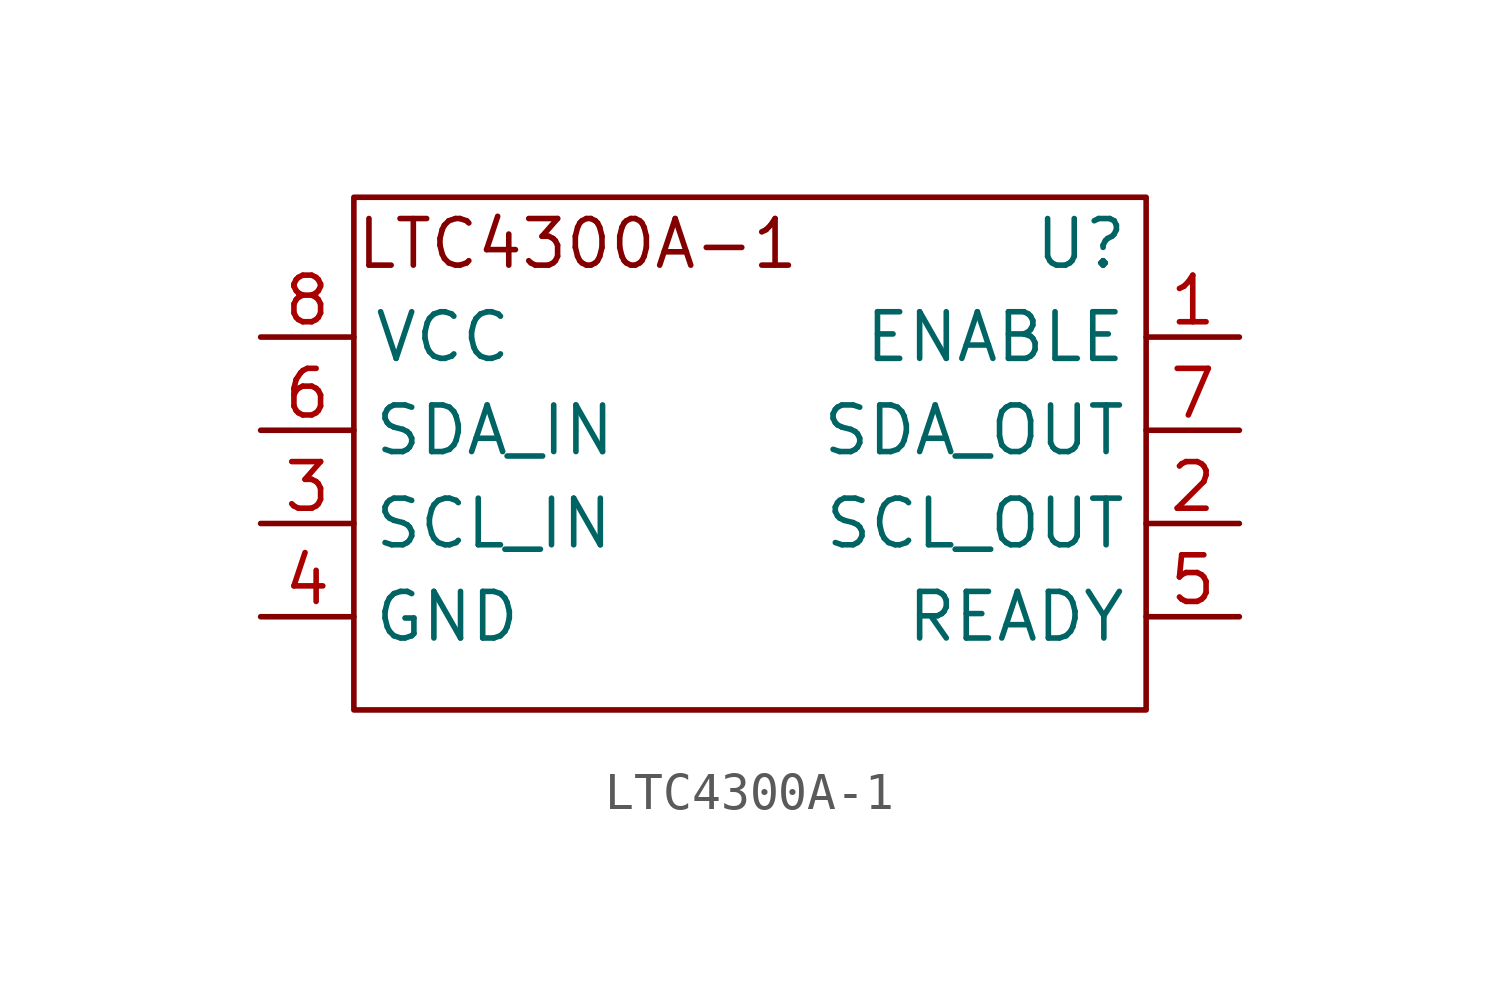
<source format=kicad_sym>
(kicad_symbol_lib
  (version 20241209)
  (generator "kicad_symbol_editor")
  (generator_version "9.0")
  (symbol "LTC4300A-1"
    (property "Reference" "U"
      (at 10.922 6.35 0)
      (effects (font (size 1.27 1.27))))
    (symbol "LTC4300A-1_0_1"
      (rectangle (start -8.89 7.62) (end 12.7 -6.35) (stroke (width 0) (type default)) (fill (type none))))
    (symbol "LTC4300A-1_1_1"
      (text "LTC4300A-1" (at -2.794 6.35 0) (effects (font (size 1.27 1.27))))
      (pin passive line (at -11.43 3.81 0) (length 2.54) (name "VCC" (effects (font (size 1.27 1.27)))) (number "8" (effects (font (size 1.27 1.27)))))
      (pin input line (at -11.43 1.27 0) (length 2.54) (name "SDA_IN" (effects (font (size 1.27 1.27)))) (number "6" (effects (font (size 1.27 1.27)))))
      (pin bidirectional line (at -11.43 -1.27 0) (length 2.54) (name "SCL_IN" (effects (font (size 1.27 1.27)))) (number "3" (effects (font (size 1.27 1.27)))))
      (pin passive line (at -11.43 -3.81 0) (length 2.54) (name "GND" (effects (font (size 1.27 1.27)))) (number "4" (effects (font (size 1.27 1.27)))))
      (pin input line (at 15.24 3.81 180) (length 2.54) (name "ENABLE" (effects (font (size 1.27 1.27)))) (number "1" (effects (font (size 1.27 1.27)))))
      (pin bidirectional line (at 15.24 1.27 180) (length 2.54) (name "SDA_OUT" (effects (font (size 1.27 1.27)))) (number "7" (effects (font (size 1.27 1.27)))))
      (pin bidirectional line (at 15.24 -1.27 180) (length 2.54) (name "SCL_OUT" (effects (font (size 1.27 1.27)))) (number "2" (effects (font (size 1.27 1.27)))))
      (pin output line (at 15.24 -3.81 180) (length 2.54) (name "READY" (effects (font (size 1.27 1.27)))) (number "5" (effects (font (size 1.27 1.27))))))))
</source>
